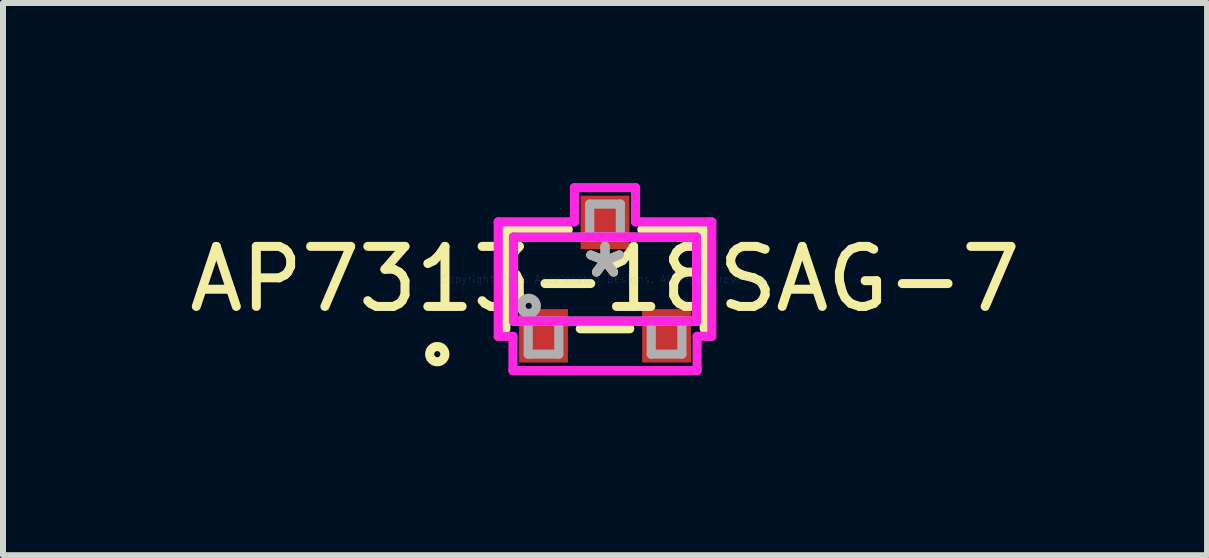
<source format=kicad_pcb>
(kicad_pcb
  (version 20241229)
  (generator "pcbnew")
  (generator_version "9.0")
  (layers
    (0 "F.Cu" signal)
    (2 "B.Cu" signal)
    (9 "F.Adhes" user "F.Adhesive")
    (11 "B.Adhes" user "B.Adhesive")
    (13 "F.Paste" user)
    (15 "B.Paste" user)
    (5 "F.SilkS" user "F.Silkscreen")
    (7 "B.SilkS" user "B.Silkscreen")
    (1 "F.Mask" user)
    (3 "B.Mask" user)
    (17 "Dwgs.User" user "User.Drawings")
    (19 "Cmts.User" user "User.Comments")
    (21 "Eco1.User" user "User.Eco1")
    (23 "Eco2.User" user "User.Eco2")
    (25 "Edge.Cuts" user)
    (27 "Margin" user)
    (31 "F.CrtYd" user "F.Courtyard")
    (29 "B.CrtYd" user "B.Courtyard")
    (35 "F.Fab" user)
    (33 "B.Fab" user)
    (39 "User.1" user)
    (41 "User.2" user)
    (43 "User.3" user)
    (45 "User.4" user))
  (footprint "AP7313-18SAG-7"
    (layer "F.Cu")
    (at 7.03 1.6)
    (property "Reference" "AP7313-18SAG-7" (at 0 0 0) (layer "F.SilkS") (effects (font (size 1 1) (thickness 0.15))))
    (attr through_hole)
    (fp_line (start -1.652 -0.827) (end -1.652 0.827) (stroke (width 0.152) (type solid)) (layer "F.SilkS"))
    (fp_line (start -0.613 -0.827) (end -1.652 -0.827) (stroke (width 0.152) (type solid)) (layer "F.SilkS"))
    (fp_line (start -0.412 0.827) (end 0.412 0.827) (stroke (width 0.152) (type solid)) (layer "F.SilkS"))
    (fp_line (start 1.652 -0.827) (end 0.613 -0.827) (stroke (width 0.152) (type solid)) (layer "F.SilkS"))
    (fp_line (start 1.652 0.827) (end 1.652 -0.827) (stroke (width 0.152) (type solid)) (layer "F.SilkS"))
    (fp_circle (center -2.795 1.25) (end -2.668 1.25) (stroke (width 0.152) (type solid)) (fill no) (layer "F.SilkS"))
    (fp_line (start -1.779 -0.954) (end -0.509 -0.954) (stroke (width 0.152) (type solid)) (layer "F.CrtYd"))
    (fp_line (start -1.779 0.954) (end -1.779 -0.954) (stroke (width 0.152) (type solid)) (layer "F.CrtYd"))
    (fp_line (start -1.534 0.954) (end -1.779 0.954) (stroke (width 0.152) (type solid)) (layer "F.CrtYd"))
    (fp_line (start -1.534 1.524) (end -1.534 0.954) (stroke (width 0.152) (type solid)) (layer "F.CrtYd"))
    (fp_line (start -1.525 -0.7) (end 1.525 -0.7) (stroke (width 0.152) (type solid)) (layer "F.CrtYd"))
    (fp_line (start -1.525 0.7) (end -1.525 -0.7) (stroke (width 0.152) (type solid)) (layer "F.CrtYd"))
    (fp_line (start -0.509 -1.524) (end 0.508 -1.524) (stroke (width 0.152) (type solid)) (layer "F.CrtYd"))
    (fp_line (start -0.509 -0.954) (end -0.509 -1.524) (stroke (width 0.152) (type solid)) (layer "F.CrtYd"))
    (fp_line (start 0.508 -1.524) (end 0.509 -0.954) (stroke (width 0.152) (type solid)) (layer "F.CrtYd"))
    (fp_line (start 0.509 -0.954) (end 1.779 -0.954) (stroke (width 0.152) (type solid)) (layer "F.CrtYd"))
    (fp_line (start 1.525 -0.7) (end 1.525 0.7) (stroke (width 0.152) (type solid)) (layer "F.CrtYd"))
    (fp_line (start 1.525 0.7) (end -1.525 0.7) (stroke (width 0.152) (type solid)) (layer "F.CrtYd"))
    (fp_line (start 1.534 0.954) (end 1.534 1.524) (stroke (width 0.152) (type solid)) (layer "F.CrtYd"))
    (fp_line (start 1.534 1.524) (end -1.534 1.524) (stroke (width 0.152) (type solid)) (layer "F.CrtYd"))
    (fp_line (start 1.779 -0.954) (end 1.779 0.954) (stroke (width 0.152) (type solid)) (layer "F.CrtYd"))
    (fp_line (start 1.779 0.954) (end 1.534 0.954) (stroke (width 0.152) (type solid)) (layer "F.CrtYd"))
    (fp_line (start -1.525 -0.7) (end -1.525 0.7) (stroke (width 0.152) (type solid)) (layer "F.Fab"))
    (fp_line (start -1.525 0.7) (end 1.525 0.7) (stroke (width 0.152) (type solid)) (layer "F.Fab"))
    (fp_line (start -1.28 0.7) (end -1.28 1.25) (stroke (width 0.152) (type solid)) (layer "F.Fab"))
    (fp_line (start -1.28 1.25) (end -0.77 1.25) (stroke (width 0.152) (type solid)) (layer "F.Fab"))
    (fp_line (start -0.77 0.7) (end -1.28 0.7) (stroke (width 0.152) (type solid)) (layer "F.Fab"))
    (fp_line (start -0.77 1.25) (end -0.77 0.7) (stroke (width 0.152) (type solid)) (layer "F.Fab"))
    (fp_line (start -0.255 -1.25) (end -0.255 -0.7) (stroke (width 0.152) (type solid)) (layer "F.Fab"))
    (fp_line (start -0.255 -0.7) (end 0.255 -0.7) (stroke (width 0.152) (type solid)) (layer "F.Fab"))
    (fp_line (start 0.255 -1.25) (end -0.255 -1.25) (stroke (width 0.152) (type solid)) (layer "F.Fab"))
    (fp_line (start 0.255 -0.7) (end 0.255 -1.25) (stroke (width 0.152) (type solid)) (layer "F.Fab"))
    (fp_line (start 0.77 0.7) (end 0.77 1.25) (stroke (width 0.152) (type solid)) (layer "F.Fab"))
    (fp_line (start 0.77 1.25) (end 1.28 1.25) (stroke (width 0.152) (type solid)) (layer "F.Fab"))
    (fp_line (start 1.28 0.7) (end 0.77 0.7) (stroke (width 0.152) (type solid)) (layer "F.Fab"))
    (fp_line (start 1.28 1.25) (end 1.28 0.7) (stroke (width 0.152) (type solid)) (layer "F.Fab"))
    (fp_line (start 1.525 -0.7) (end -1.525 -0.7) (stroke (width 0.152) (type solid)) (layer "F.Fab"))
    (fp_line (start 1.525 0.7) (end 1.525 -0.7) (stroke (width 0.152) (type solid)) (layer "F.Fab"))
    (fp_circle (center -1.271 0.446) (end -1.144 0.446) (stroke (width 0.152) (type solid)) (fill no) (layer "F.Fab"))
    (fp_text user "*" (at 0 0 0) (layer "F.SilkS") (effects (font (size 1 1) (thickness 0.15))))
    (fp_text user "Copyright 2016 Accelerated Designs. All rights reserved." (at 0 0 0) (layer "Cmts.User") (effects (font (size 0.127 0.127) (thickness 0.002))))
    (fp_text user "*" (at 0 0 0) (layer "F.Fab") (effects (font (size 1 1) (thickness 0.15))))
    (pad "1" smd rect (at -1.025 0.945) (size 0.813 0.889) (layers "F.Cu" "F.Mask" "F.Paste"))
    (pad "2" smd rect (at 1.025 0.945) (size 0.813 0.889) (layers "F.Cu" "F.Mask" "F.Paste"))
    (pad "3" smd rect (at 0 -0.945) (size 0.813 0.889) (layers "F.Cu" "F.Mask" "F.Paste")))
  (gr_rect
    (start -3 -3)
    (end 17.06 6.2)
    (stroke (width 0.1) (type default))
    (fill no)
    (layer "Edge.Cuts")))
</source>
